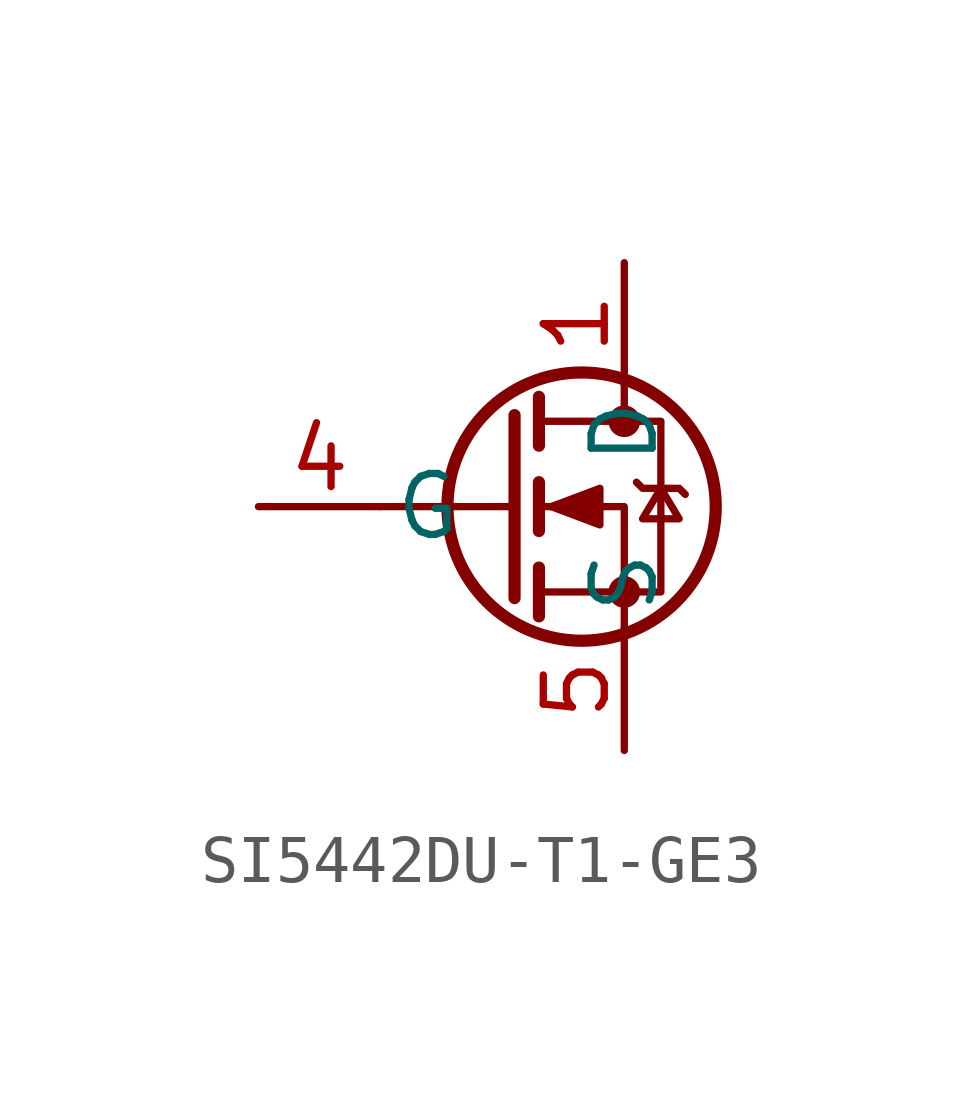
<source format=kicad_sym>
(kicad_symbol_lib
  (version 20241209)
  (generator "kicad_symbol_editor")
  (generator_version "9.0")
  (symbol "SI5442DU-T1-GE3"
    (pin_names
      (offset 0.254))
    (property "Reference" "U"
      (at 11.43 4.445 0)
      (effects (font (size 1.524 1.524)) (hide yes)))
    (property "ki_locked" ""
      (at 0 0 0)
      (effects (font (size 1.27 1.27))))
    (symbol "SI5442DU-T1-GE3_0_1"
      (polyline (pts (xy -1.016 1.905) (xy -1.016 -1.905)) (stroke (width 0.254) (type default)) (fill (type none)))
      (polyline (pts (xy -1.016 0) (xy -3.81 0)) (stroke (width 0) (type default)) (fill (type none)))
      (polyline (pts (xy -0.508 2.286) (xy -0.508 1.27)) (stroke (width 0.254) (type default)) (fill (type none)))
      (polyline (pts (xy -0.508 0.508) (xy -0.508 -0.508)) (stroke (width 0.254) (type default)) (fill (type none)))
      (polyline (pts (xy -0.508 -1.27) (xy -0.508 -2.286)) (stroke (width 0.254) (type default)) (fill (type none)))
      (polyline (pts (xy -0.508 -1.778) (xy 2.032 -1.778) (xy 2.032 1.778) (xy -0.508 1.778)) (stroke (width 0) (type default)) (fill (type none)))
      (polyline (pts (xy -0.254 0) (xy 0.762 0.381) (xy 0.762 -0.381) (xy -0.254 0)) (stroke (width 0) (type default)) (fill (type outline)))
      (circle (center 0.381 0) (radius 2.794) (stroke (width 0.254) (type default)) (fill (type none)))
      (polyline (pts (xy 1.27 2.54) (xy 1.27 1.778)) (stroke (width 0) (type default)) (fill (type none)))
      (circle (center 1.27 1.778) (radius 0.254) (stroke (width 0) (type default)) (fill (type outline)))
      (circle (center 1.27 -1.778) (radius 0.254) (stroke (width 0) (type default)) (fill (type outline)))
      (polyline (pts (xy 1.27 -2.54) (xy 1.27 0) (xy -0.508 0)) (stroke (width 0) (type default)) (fill (type none)))
      (polyline (pts (xy 1.524 0.508) (xy 1.651 0.381) (xy 2.413 0.381) (xy 2.54 0.254)) (stroke (width 0) (type default)) (fill (type none)))
      (polyline (pts (xy 2.032 0.381) (xy 1.651 -0.254) (xy 2.413 -0.254) (xy 2.032 0.381)) (stroke (width 0) (type default)) (fill (type none)))
      (pin unspecified line (at -6.35 0 0) (length 2.54) (name "G" (effects (font (size 1.27 1.27)))) (number "4" (effects (font (size 1.27 1.27)))))
      (pin passive line (at 1.27 5.08 270) (length 2.54) (name "D" (effects (font (size 1.27 1.27)))) (number "1" (effects (font (size 1.27 1.27)))))
      (pin unspecified line (at 1.27 -5.08 90) (length 2.54) (name "S" (effects (font (size 1.27 1.27)))) (number "5" (effects (font (size 1.27 1.27))))))
    (symbol "SI5442DU-T1-GE3_1_1"
      (pin unspecified line (at 1.27 -5.08 90) (length 2.54) (hide yes) (name "S" (effects (font (size 1.27 1.27)))) (number "9" (effects (font (size 1.27 1.27))))))))
</source>
